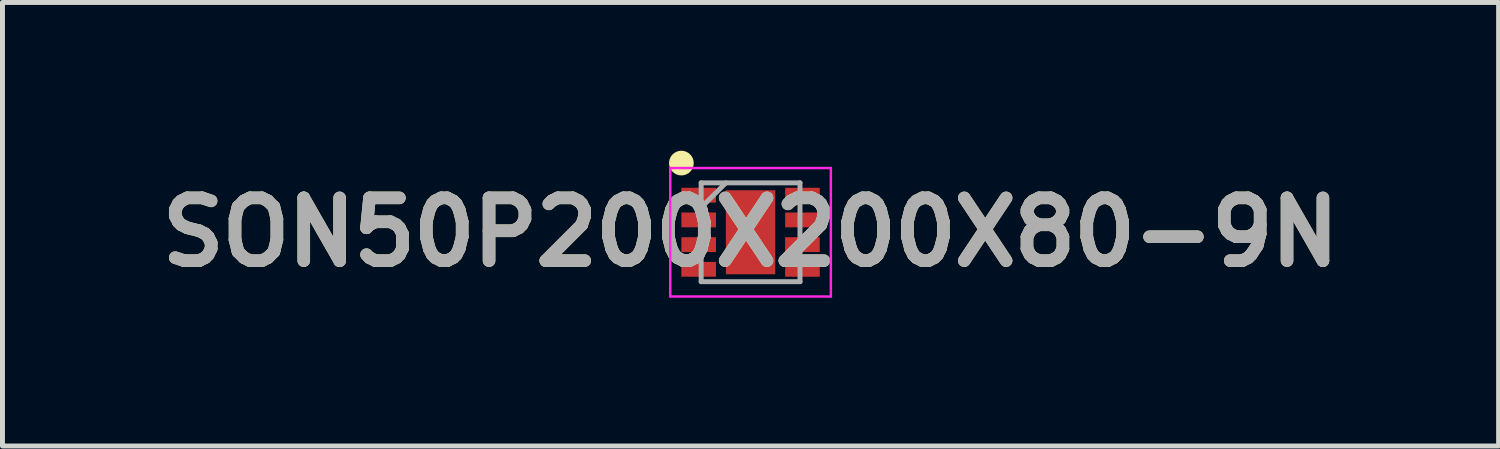
<source format=kicad_pcb>
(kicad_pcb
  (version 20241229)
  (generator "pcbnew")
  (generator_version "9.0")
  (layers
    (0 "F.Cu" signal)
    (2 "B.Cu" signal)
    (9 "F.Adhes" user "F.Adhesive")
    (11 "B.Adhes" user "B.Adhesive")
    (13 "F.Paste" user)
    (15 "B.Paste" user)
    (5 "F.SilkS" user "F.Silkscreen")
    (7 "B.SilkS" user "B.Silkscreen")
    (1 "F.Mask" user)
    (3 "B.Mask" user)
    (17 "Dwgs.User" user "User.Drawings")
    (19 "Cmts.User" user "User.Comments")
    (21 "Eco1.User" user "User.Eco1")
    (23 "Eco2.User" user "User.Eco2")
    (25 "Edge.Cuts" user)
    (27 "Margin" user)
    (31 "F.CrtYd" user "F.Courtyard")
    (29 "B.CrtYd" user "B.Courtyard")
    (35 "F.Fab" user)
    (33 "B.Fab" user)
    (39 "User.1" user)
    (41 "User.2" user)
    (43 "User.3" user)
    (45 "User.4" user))
  (footprint "SON50P200X200X80-9N"
    (layer "F.Cu")
    (at 12.138 1.65)
    (property "Reference" "SON50P200X200X80-9N" (at 0 0 0) (layer "F.SilkS") (effects (font (size 1.27 1.27) (thickness 0.254))))
    (attr smd)
    (fp_circle (center -1.4 -1.4) (end -1.4 -1.275) (stroke (width 0.25) (type solid)) (fill no) (layer "F.SilkS"))
    (fp_line (start -1.625 -1.3) (end 1.625 -1.3) (stroke (width 0.05) (type solid)) (layer "F.CrtYd"))
    (fp_line (start -1.625 1.3) (end -1.625 -1.3) (stroke (width 0.05) (type solid)) (layer "F.CrtYd"))
    (fp_line (start 1.625 -1.3) (end 1.625 1.3) (stroke (width 0.05) (type solid)) (layer "F.CrtYd"))
    (fp_line (start 1.625 1.3) (end -1.625 1.3) (stroke (width 0.05) (type solid)) (layer "F.CrtYd"))
    (fp_line (start -1 -1) (end 1 -1) (stroke (width 0.1) (type solid)) (layer "F.Fab"))
    (fp_line (start -1 -0.5) (end -0.5 -1) (stroke (width 0.1) (type solid)) (layer "F.Fab"))
    (fp_line (start -1 1) (end -1 -1) (stroke (width 0.1) (type solid)) (layer "F.Fab"))
    (fp_line (start 1 -1) (end 1 1) (stroke (width 0.1) (type solid)) (layer "F.Fab"))
    (fp_line (start 1 1) (end -1 1) (stroke (width 0.1) (type solid)) (layer "F.Fab"))
    (fp_text user "${REFERENCE}" (at 0 0 0) (layer "F.Fab") (effects (font (size 1.27 1.27) (thickness 0.254))))
    (pad "1" smd rect (at -1.05 -0.75 90) (size 0.3 0.7) (layers "F.Cu" "F.Mask" "F.Paste"))
    (pad "2" smd rect (at -1.05 -0.25 90) (size 0.3 0.7) (layers "F.Cu" "F.Mask" "F.Paste"))
    (pad "3" smd rect (at -1.05 0.25 90) (size 0.3 0.7) (layers "F.Cu" "F.Mask" "F.Paste"))
    (pad "4" smd rect (at -1.05 0.75 90) (size 0.3 0.7) (layers "F.Cu" "F.Mask" "F.Paste"))
    (pad "5" smd rect (at 1.05 0.75 90) (size 0.3 0.7) (layers "F.Cu" "F.Mask" "F.Paste"))
    (pad "6" smd rect (at 1.05 0.25 90) (size 0.3 0.7) (layers "F.Cu" "F.Mask" "F.Paste"))
    (pad "7" smd rect (at 1.05 -0.25 90) (size 0.3 0.7) (layers "F.Cu" "F.Mask" "F.Paste"))
    (pad "8" smd rect (at 1.05 -0.75 90) (size 0.3 0.7) (layers "F.Cu" "F.Mask" "F.Paste"))
    (pad "9" smd rect (at 0 0) (size 1 1.7) (layers "F.Cu" "F.Mask" "F.Paste")))
  (gr_rect
    (start -3 -3)
    (end 27.275 5.975)
    (stroke (width 0.1) (type default))
    (fill no)
    (layer "Edge.Cuts")))
</source>
